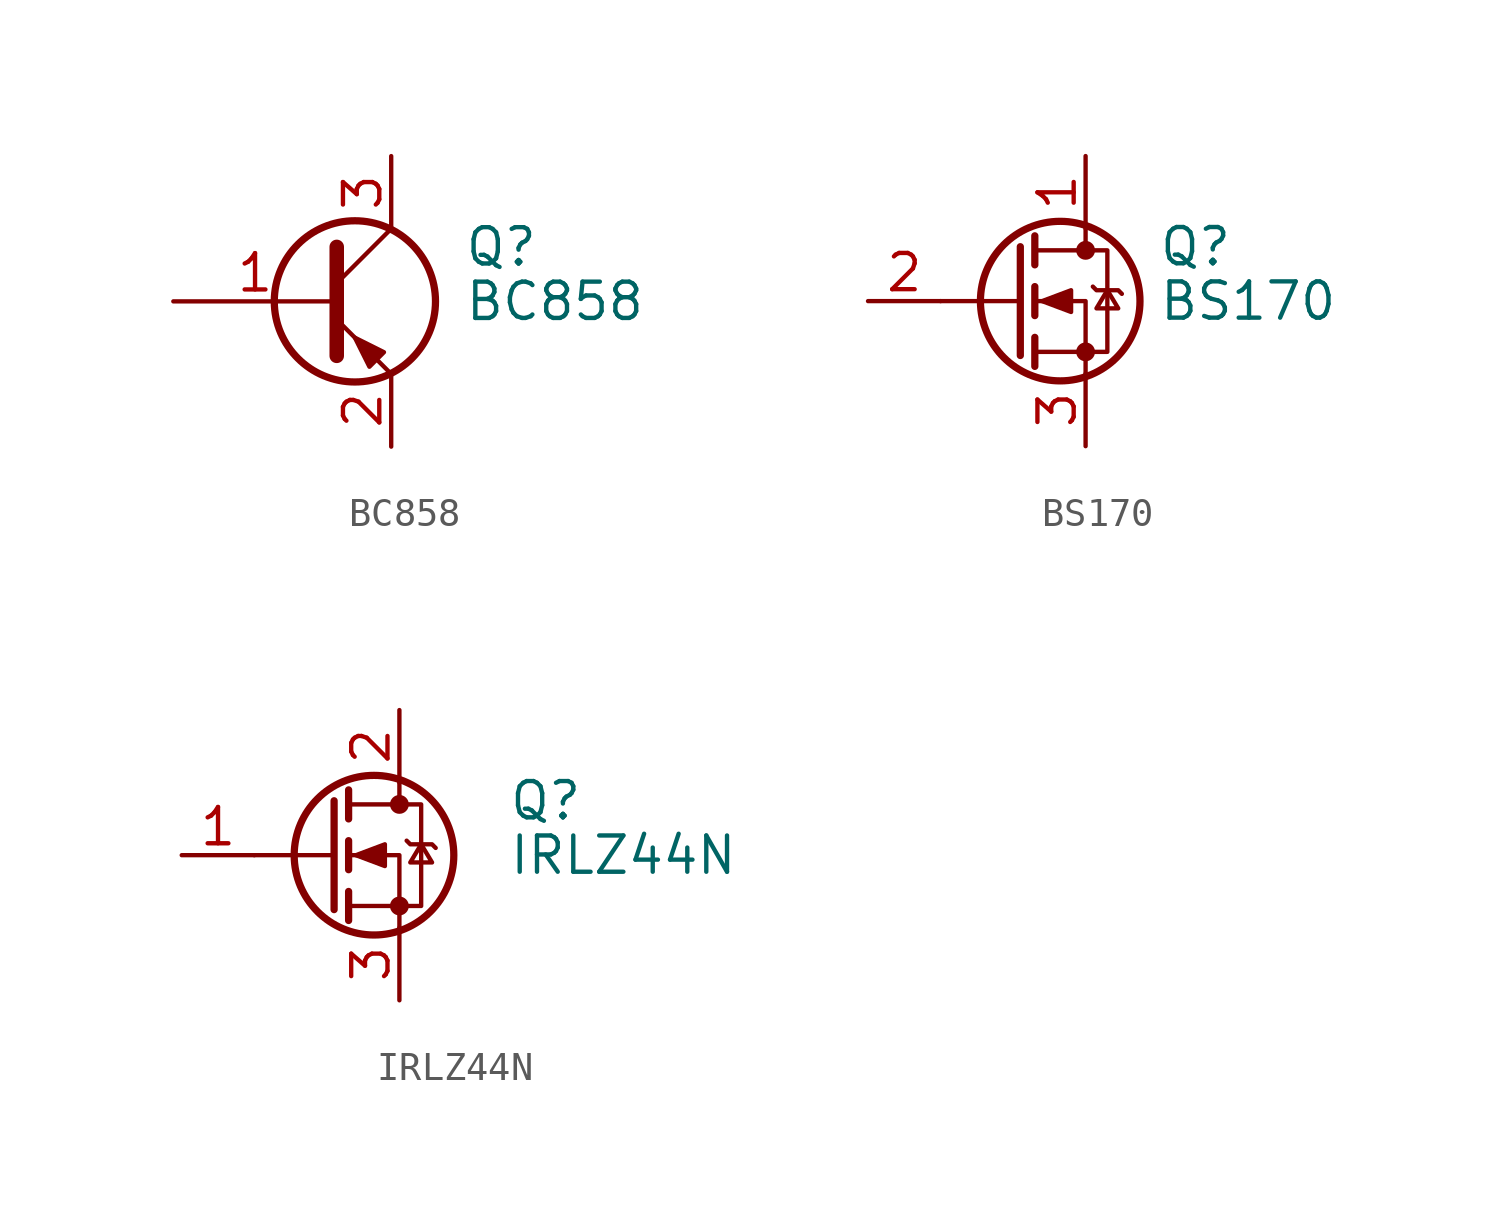
<source format=kicad_sym>
(kicad_symbol_lib
  (version 20231120)
  (generator "kicad_symbol_editor")
  (generator_version "8.0")
  (symbol "BC858"
    (pin_names
      (offset 0) hide)
    (property "Reference" "Q"
      (at 5.08 1.905 0)
      (effects (font (size 1.27 1.27)) (justify left)))
    (property "Value" "BC858"
      (at 5.08 0 0)
      (effects (font (size 1.27 1.27)) (justify left)))
    (symbol "BC858_0_1"
      (polyline (pts (xy 0.635 0.635) (xy 2.54 2.54)) (stroke (width 0) (type default)) (fill (type none)))
      (polyline (pts (xy 0.635 -0.635) (xy 2.54 -2.54) (xy 2.54 -2.54)) (stroke (width 0) (type default)) (fill (type none)))
      (polyline (pts (xy 0.635 1.905) (xy 0.635 -1.905) (xy 0.635 -1.905)) (stroke (width 0.508) (type default)) (fill (type none)))
      (polyline (pts (xy 2.286 -1.778) (xy 1.778 -2.286) (xy 1.27 -1.27) (xy 2.286 -1.778) (xy 2.286 -1.778)) (stroke (width 0) (type default)) (fill (type outline)))
      (circle (center 1.27 0) (radius 2.819) (stroke (width 0.254) (type default)) (fill (type none))))
    (symbol "BC858_1_1"
      (pin input line (at -5.08 0 0) (length 5.715) (name "B" (effects (font (size 1.27 1.27)))) (number "1" (effects (font (size 1.27 1.27)))))
      (pin passive line (at 2.54 -5.08 90) (length 2.54) (name "E" (effects (font (size 1.27 1.27)))) (number "2" (effects (font (size 1.27 1.27)))))
      (pin passive line (at 2.54 5.08 270) (length 2.54) (name "C" (effects (font (size 1.27 1.27)))) (number "3" (effects (font (size 1.27 1.27)))))))
  (symbol "BS170"
    (pin_names hide)
    (property "Reference" "Q"
      (at 5.08 1.905 0)
      (effects (font (size 1.27 1.27)) (justify left)))
    (property "Value" "BS170"
      (at 5.08 0 0)
      (effects (font (size 1.27 1.27)) (justify left)))
    (symbol "BS170_0_1"
      (polyline (pts (xy 0.254 0) (xy -2.54 0)) (stroke (width 0) (type default)) (fill (type none)))
      (polyline (pts (xy 0.254 1.905) (xy 0.254 -1.905)) (stroke (width 0.254) (type default)) (fill (type none)))
      (polyline (pts (xy 0.762 -1.27) (xy 0.762 -2.286)) (stroke (width 0.254) (type default)) (fill (type none)))
      (polyline (pts (xy 0.762 0.508) (xy 0.762 -0.508)) (stroke (width 0.254) (type default)) (fill (type none)))
      (polyline (pts (xy 0.762 2.286) (xy 0.762 1.27)) (stroke (width 0.254) (type default)) (fill (type none)))
      (polyline (pts (xy 2.54 2.54) (xy 2.54 1.778)) (stroke (width 0) (type default)) (fill (type none)))
      (polyline (pts (xy 2.54 -2.54) (xy 2.54 0) (xy 0.762 0)) (stroke (width 0) (type default)) (fill (type none)))
      (polyline (pts (xy 0.762 -1.778) (xy 3.302 -1.778) (xy 3.302 1.778) (xy 0.762 1.778)) (stroke (width 0) (type default)) (fill (type none)))
      (polyline (pts (xy 1.016 0) (xy 2.032 0.381) (xy 2.032 -0.381) (xy 1.016 0)) (stroke (width 0) (type default)) (fill (type outline)))
      (polyline (pts (xy 2.794 0.508) (xy 2.921 0.381) (xy 3.683 0.381) (xy 3.81 0.254)) (stroke (width 0) (type default)) (fill (type none)))
      (polyline (pts (xy 3.302 0.381) (xy 2.921 -0.254) (xy 3.683 -0.254) (xy 3.302 0.381)) (stroke (width 0) (type default)) (fill (type none)))
      (circle (center 1.651 0) (radius 2.794) (stroke (width 0.254) (type default)) (fill (type none)))
      (circle (center 2.54 -1.778) (radius 0.254) (stroke (width 0) (type default)) (fill (type outline)))
      (circle (center 2.54 1.778) (radius 0.254) (stroke (width 0) (type default)) (fill (type outline))))
    (symbol "BS170_1_1"
      (pin passive line (at 2.54 5.08 270) (length 2.54) (name "D" (effects (font (size 1.27 1.27)))) (number "1" (effects (font (size 1.27 1.27)))))
      (pin input line (at -5.08 0 0) (length 2.54) (name "G" (effects (font (size 1.27 1.27)))) (number "2" (effects (font (size 1.27 1.27)))))
      (pin passive line (at 2.54 -5.08 90) (length 2.54) (name "S" (effects (font (size 1.27 1.27)))) (number "3" (effects (font (size 1.27 1.27)))))))
  (symbol "IRLZ44N"
    (pin_names hide)
    (property "Reference" "Q"
      (at 6.35 1.905 0)
      (effects (font (size 1.27 1.27)) (justify left)))
    (property "Value" "IRLZ44N"
      (at 6.35 0 0)
      (effects (font (size 1.27 1.27)) (justify left)))
    (symbol "IRLZ44N_0_1"
      (polyline (pts (xy 0.254 0) (xy -2.54 0)) (stroke (width 0) (type default)) (fill (type none)))
      (polyline (pts (xy 0.254 1.905) (xy 0.254 -1.905)) (stroke (width 0.254) (type default)) (fill (type none)))
      (polyline (pts (xy 0.762 -1.27) (xy 0.762 -2.286)) (stroke (width 0.254) (type default)) (fill (type none)))
      (polyline (pts (xy 0.762 0.508) (xy 0.762 -0.508)) (stroke (width 0.254) (type default)) (fill (type none)))
      (polyline (pts (xy 0.762 2.286) (xy 0.762 1.27)) (stroke (width 0.254) (type default)) (fill (type none)))
      (polyline (pts (xy 2.54 2.54) (xy 2.54 1.778)) (stroke (width 0) (type default)) (fill (type none)))
      (polyline (pts (xy 2.54 -2.54) (xy 2.54 0) (xy 0.762 0)) (stroke (width 0) (type default)) (fill (type none)))
      (polyline (pts (xy 0.762 -1.778) (xy 3.302 -1.778) (xy 3.302 1.778) (xy 0.762 1.778)) (stroke (width 0) (type default)) (fill (type none)))
      (polyline (pts (xy 1.016 0) (xy 2.032 0.381) (xy 2.032 -0.381) (xy 1.016 0)) (stroke (width 0) (type default)) (fill (type outline)))
      (polyline (pts (xy 2.794 0.508) (xy 2.921 0.381) (xy 3.683 0.381) (xy 3.81 0.254)) (stroke (width 0) (type default)) (fill (type none)))
      (polyline (pts (xy 3.302 0.381) (xy 2.921 -0.254) (xy 3.683 -0.254) (xy 3.302 0.381)) (stroke (width 0) (type default)) (fill (type none)))
      (circle (center 1.651 0) (radius 2.794) (stroke (width 0.254) (type default)) (fill (type none)))
      (circle (center 2.54 -1.778) (radius 0.254) (stroke (width 0) (type default)) (fill (type outline)))
      (circle (center 2.54 1.778) (radius 0.254) (stroke (width 0) (type default)) (fill (type outline))))
    (symbol "IRLZ44N_1_1"
      (pin input line (at -5.08 0 0) (length 2.54) (name "G" (effects (font (size 1.27 1.27)))) (number "1" (effects (font (size 1.27 1.27)))))
      (pin passive line (at 2.54 5.08 270) (length 2.54) (name "D" (effects (font (size 1.27 1.27)))) (number "2" (effects (font (size 1.27 1.27)))))
      (pin passive line (at 2.54 -5.08 90) (length 2.54) (name "S" (effects (font (size 1.27 1.27)))) (number "3" (effects (font (size 1.27 1.27))))))))
</source>
